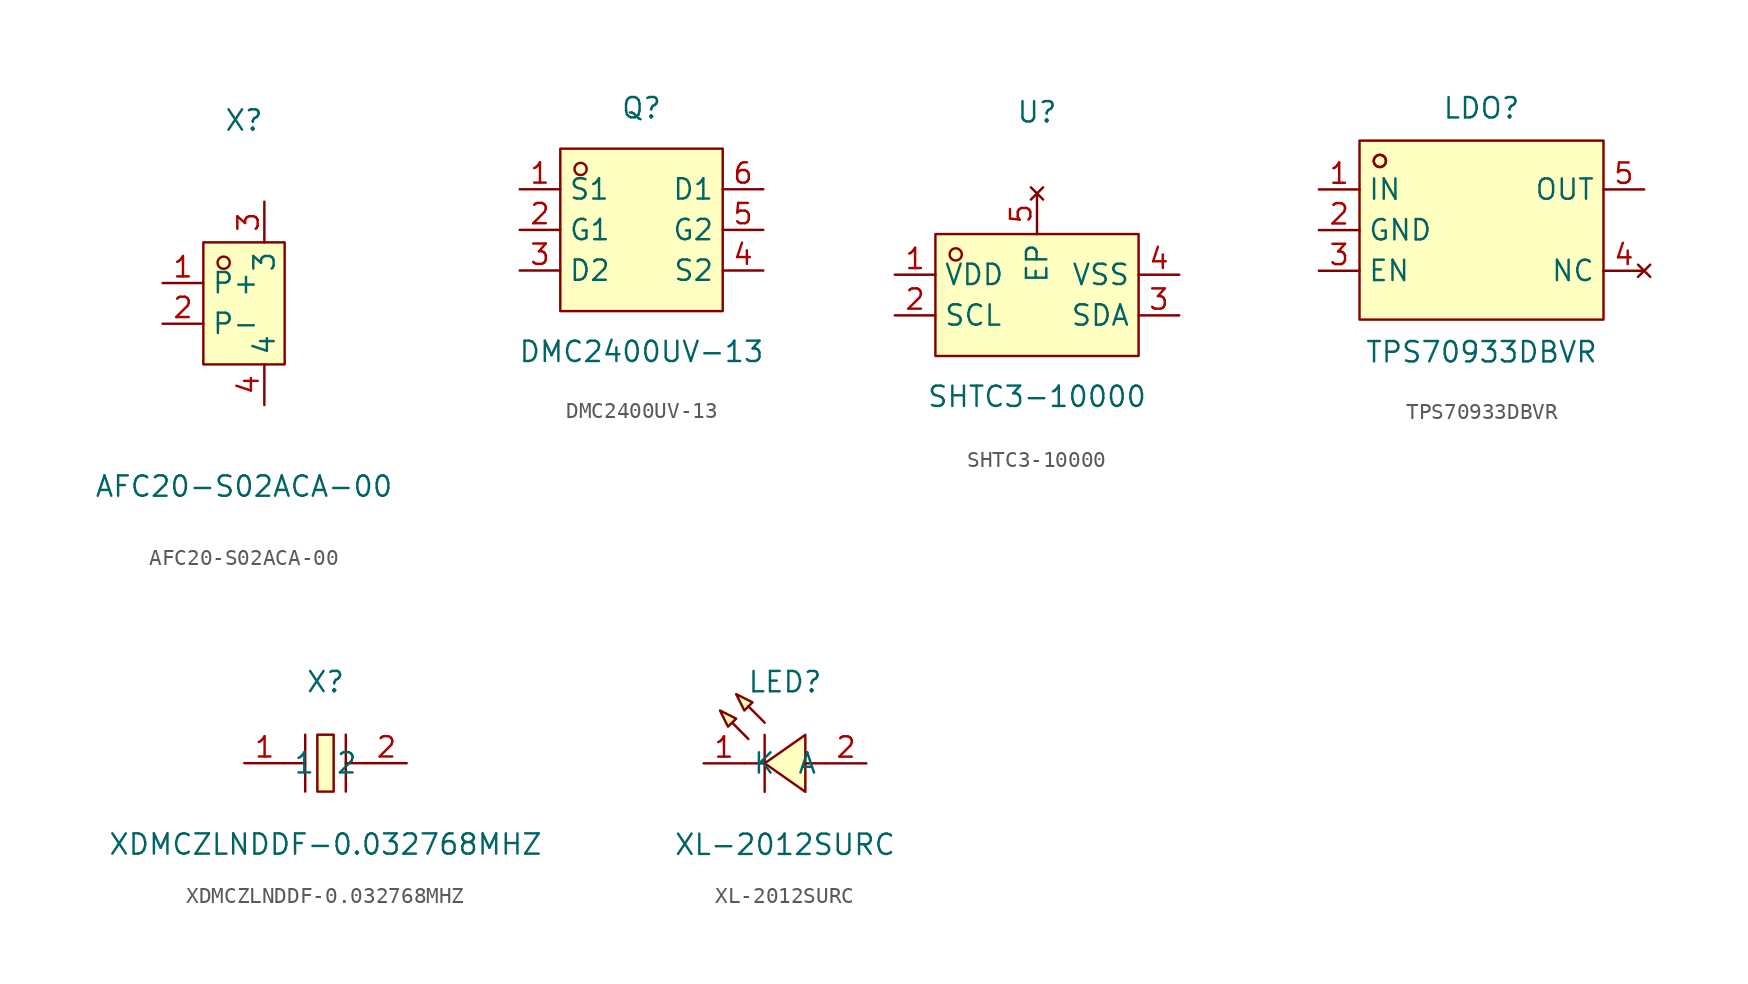
<source format=kicad_sym>
(kicad_symbol_lib
  (version 20211014)
  (generator kicad_symbol_editor)
  (symbol "AFC20-S02ACA-00"
    (property "Reference" "X"
      (at 0 11.43 0)
      (effects (font (size 1.27 1.27))))
    (property "Value" "AFC20-S02ACA-00"
      (at 0 -11.43 0)
      (effects (font (size 1.27 1.27))))
    (symbol "AFC20-S02ACA-00_0_1"
      (rectangle (start -2.54 3.81) (end 2.54 -3.81) (stroke (width 0) (type default) (color 0 0 0 0)) (fill (type background)))
      (circle (center -1.27 2.54) (radius 0.38) (stroke (width 0) (type default) (color 0 0 0 0)) (fill (type none)))
      (pin passive line (at -5.08 1.27 0) (length 2.54) (name "P+" (effects (font (size 1.27 1.27)))) (number "1" (effects (font (size 1.27 1.27)))))
      (pin passive line (at -5.08 -1.27 0) (length 2.54) (name "P-" (effects (font (size 1.27 1.27)))) (number "2" (effects (font (size 1.27 1.27)))))
      (pin unspecified line (at 1.27 6.35 270) (length 2.54) (name "3" (effects (font (size 1.27 1.27)))) (number "3" (effects (font (size 1.27 1.27)))))
      (pin unspecified line (at 1.27 -6.35 90) (length 2.54) (name "4" (effects (font (size 1.27 1.27)))) (number "4" (effects (font (size 1.27 1.27)))))))
  (symbol "DMC2400UV-13"
    (property "Reference" "Q"
      (at 0 7.62 0)
      (effects (font (size 1.27 1.27))))
    (property "Value" "DMC2400UV-13"
      (at 0 -7.62 0)
      (effects (font (size 1.27 1.27))))
    (symbol "DMC2400UV-13_0_1"
      (rectangle (start -5.08 5.08) (end 5.08 -5.08) (stroke (width 0) (type default) (color 0 0 0 0)) (fill (type background)))
      (circle (center -3.81 3.81) (radius 0.38) (stroke (width 0) (type default) (color 0 0 0 0)) (fill (type none)))
      (pin passive line (at -7.62 2.54 0) (length 2.54) (name "S1" (effects (font (size 1.27 1.27)))) (number "1" (effects (font (size 1.27 1.27)))))
      (pin input line (at -7.62 0 0) (length 2.54) (name "G1" (effects (font (size 1.27 1.27)))) (number "2" (effects (font (size 1.27 1.27)))))
      (pin passive line (at -7.62 -2.54 0) (length 2.54) (name "D2" (effects (font (size 1.27 1.27)))) (number "3" (effects (font (size 1.27 1.27)))))
      (pin passive line (at 7.62 -2.54 180) (length 2.54) (name "S2" (effects (font (size 1.27 1.27)))) (number "4" (effects (font (size 1.27 1.27)))))
      (pin input line (at 7.62 0 180) (length 2.54) (name "G2" (effects (font (size 1.27 1.27)))) (number "5" (effects (font (size 1.27 1.27)))))
      (pin passive line (at 7.62 2.54 180) (length 2.54) (name "D1" (effects (font (size 1.27 1.27)))) (number "6" (effects (font (size 1.27 1.27)))))))
  (symbol "SHTC3-10000"
    (property "Reference" "U"
      (at 0 11.43 0)
      (effects (font (size 1.27 1.27))))
    (property "Value" "SHTC3-10000"
      (at 0 -6.35 0)
      (effects (font (size 1.27 1.27))))
    (symbol "SHTC3-10000_0_1"
      (rectangle (start -6.35 3.81) (end 6.35 -3.81) (stroke (width 0) (type default) (color 0 0 0 0)) (fill (type background)))
      (circle (center -5.08 2.54) (radius 0.38) (stroke (width 0) (type default) (color 0 0 0 0)) (fill (type none)))
      (pin power_in line (at -8.89 1.27 0) (length 2.54) (name "VDD" (effects (font (size 1.27 1.27)))) (number "1" (effects (font (size 1.27 1.27)))))
      (pin input line (at -8.89 -1.27 0) (length 2.54) (name "SCL" (effects (font (size 1.27 1.27)))) (number "2" (effects (font (size 1.27 1.27)))))
      (pin bidirectional line (at 8.89 -1.27 180) (length 2.54) (name "SDA" (effects (font (size 1.27 1.27)))) (number "3" (effects (font (size 1.27 1.27)))))
      (pin power_in line (at 8.89 1.27 180) (length 2.54) (name "VSS" (effects (font (size 1.27 1.27)))) (number "4" (effects (font (size 1.27 1.27)))))
      (pin no_connect line (at 0 6.35 270) (length 2.54) (name "EP" (effects (font (size 1.27 1.27)))) (number "5" (effects (font (size 1.27 1.27)))))))
  (symbol "TPS70933DBVR"
    (property "Reference" "LDO"
      (at 0 7.62 0)
      (effects (font (size 1.27 1.27))))
    (property "Value" "TPS70933DBVR"
      (at 0 -7.62 0)
      (effects (font (size 1.27 1.27))))
    (symbol "TPS70933DBVR_0_1"
      (rectangle (start -7.62 5.59) (end 7.62 -5.59) (stroke (width 0) (type default) (color 0 0 0 0)) (fill (type background)))
      (circle (center -6.35 4.32) (radius 0.38) (stroke (width 0) (type default) (color 0 0 0 0)) (fill (type none)))
      (circle (center -6.35 4.32) (radius 0.38) (stroke (width 0) (type default) (color 0 0 0 0)) (fill (type none)))
      (pin power_in line (at -10.16 2.54 0) (length 2.54) (name "IN" (effects (font (size 1.27 1.27)))) (number "1" (effects (font (size 1.27 1.27)))))
      (pin power_in line (at -10.16 0 0) (length 2.54) (name "GND" (effects (font (size 1.27 1.27)))) (number "2" (effects (font (size 1.27 1.27)))))
      (pin input line (at -10.16 -2.54 0) (length 2.54) (name "EN" (effects (font (size 1.27 1.27)))) (number "3" (effects (font (size 1.27 1.27)))))
      (pin no_connect line (at 10.16 -2.54 180) (length 2.54) (name "NC" (effects (font (size 1.27 1.27)))) (number "4" (effects (font (size 1.27 1.27)))))
      (pin power_out line (at 10.16 2.54 180) (length 2.54) (name "OUT" (effects (font (size 1.27 1.27)))) (number "5" (effects (font (size 1.27 1.27)))))))
  (symbol "XDMCZLNDDF-0.032768MHZ"
    (property "Reference" "X"
      (at 0 5.08 0)
      (effects (font (size 1.27 1.27))))
    (property "Value" "XDMCZLNDDF-0.032768MHZ"
      (at 0 -5.08 0)
      (effects (font (size 1.27 1.27))))
    (symbol "XDMCZLNDDF-0.032768MHZ_0_1"
      (rectangle (start -0.51 1.78) (end 0.51 -1.78) (stroke (width 0) (type default) (color 0 0 0 0)) (fill (type background)))
      (polyline (pts (xy -1.27 -1.78) (xy -1.27 1.78)) (stroke (width 0) (type default) (color 0 0 0 0)) (fill (type none)))
      (polyline (pts (xy -1.27 0) (xy -2.54 0)) (stroke (width 0) (type default) (color 0 0 0 0)) (fill (type none)))
      (polyline (pts (xy 1.27 -1.78) (xy 1.27 1.78)) (stroke (width 0) (type default) (color 0 0 0 0)) (fill (type none)))
      (polyline (pts (xy 2.54 0) (xy 1.27 0)) (stroke (width 0) (type default) (color 0 0 0 0)) (fill (type none)))
      (pin input line (at -5.08 0 0) (length 2.54) (name "1" (effects (font (size 1.27 1.27)))) (number "1" (effects (font (size 1.27 1.27)))))
      (pin input line (at 5.08 0 180) (length 2.54) (name "2" (effects (font (size 1.27 1.27)))) (number "2" (effects (font (size 1.27 1.27)))))))
  (symbol "XL-2012SURC"
    (property "Reference" "LED"
      (at 0 5.08 0)
      (effects (font (size 1.27 1.27))))
    (property "Value" "XL-2012SURC"
      (at 0 -5.08 0)
      (effects (font (size 1.27 1.27))))
    (symbol "XL-2012SURC_0_1"
      (polyline (pts (xy -1.27 0) (xy -2.54 0)) (stroke (width 0) (type default) (color 0 0 0 0)) (fill (type none)))
      (polyline (pts (xy -1.27 1.78) (xy -1.27 -1.78)) (stroke (width 0) (type default) (color 0 0 0 0)) (fill (type none)))
      (polyline (pts (xy 2.54 0) (xy 1.27 0)) (stroke (width 0) (type default) (color 0 0 0 0)) (fill (type none)))
      (polyline (pts (xy -2.29 1.52) (xy -3.3 2.54) (xy -2.29 1.52)) (stroke (width 0) (type default) (color 0 0 0 0)) (fill (type background)))
      (polyline (pts (xy -1.27 2.54) (xy -2.29 3.56) (xy -1.27 2.54)) (stroke (width 0) (type default) (color 0 0 0 0)) (fill (type background)))
      (polyline (pts (xy -4.06 3.3) (xy -3.05 2.79) (xy -3.56 2.29) (xy -4.06 3.3)) (stroke (width 0) (type default) (color 0 0 0 0)) (fill (type background)))
      (polyline (pts (xy -3.05 4.32) (xy -2.03 3.81) (xy -2.54 3.3) (xy -3.05 4.32)) (stroke (width 0) (type default) (color 0 0 0 0)) (fill (type background)))
      (polyline (pts (xy 1.27 1.78) (xy -1.27 0) (xy 1.27 -1.78) (xy 1.27 1.78)) (stroke (width 0) (type default) (color 0 0 0 0)) (fill (type background)))
      (pin passive line (at -5.08 0 0) (length 2.54) (name "K" (effects (font (size 1.27 1.27)))) (number "1" (effects (font (size 1.27 1.27)))))
      (pin passive line (at 5.08 0 180) (length 2.54) (name "A" (effects (font (size 1.27 1.27)))) (number "2" (effects (font (size 1.27 1.27))))))))
</source>
